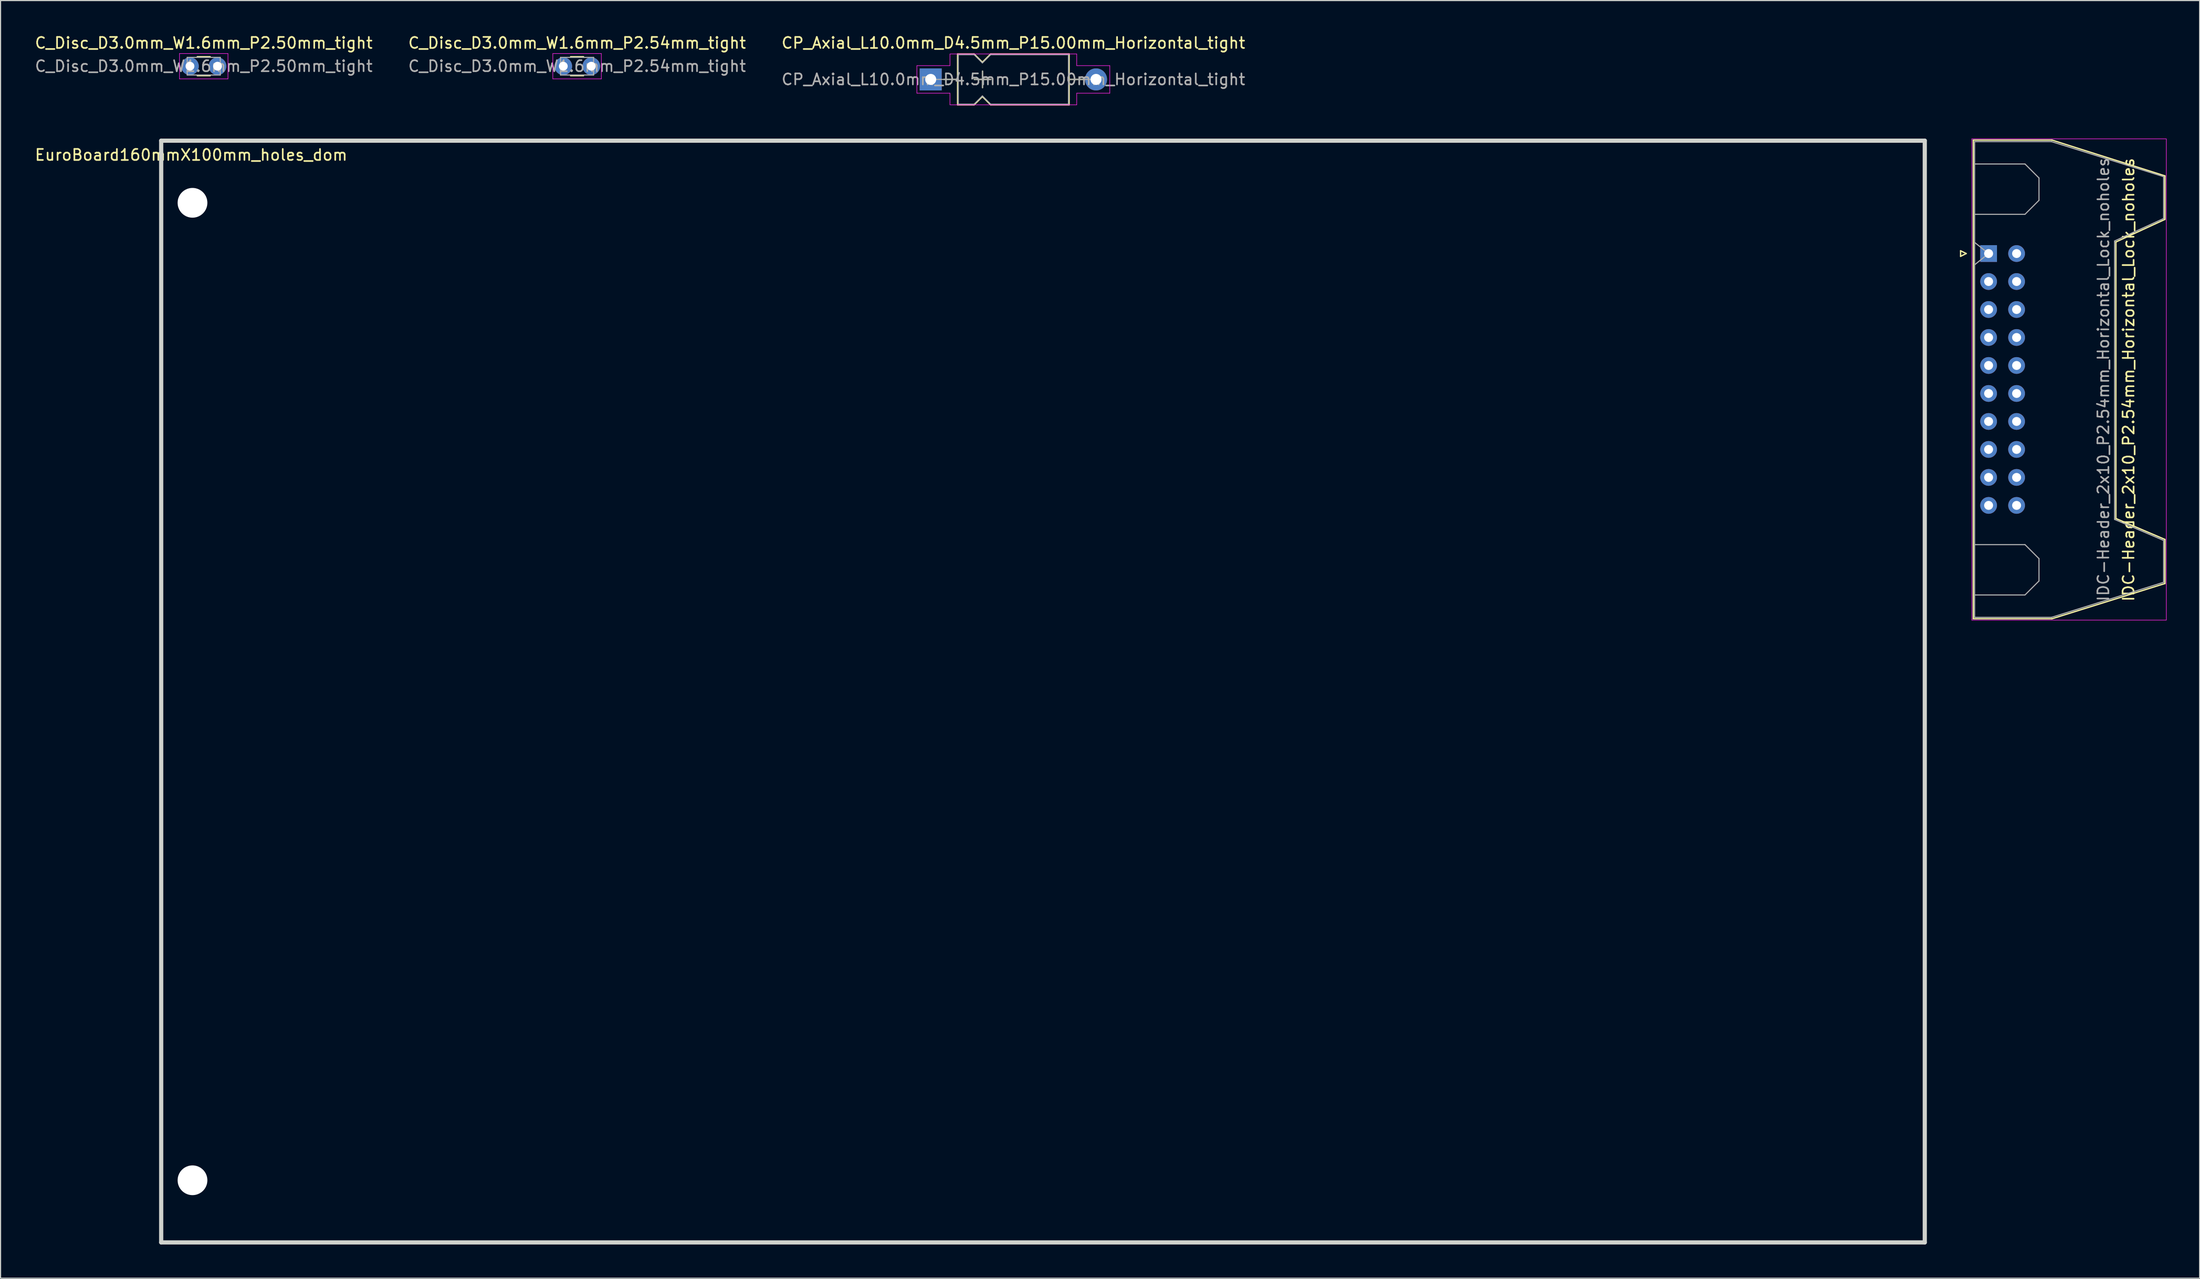
<source format=kicad_pcb>
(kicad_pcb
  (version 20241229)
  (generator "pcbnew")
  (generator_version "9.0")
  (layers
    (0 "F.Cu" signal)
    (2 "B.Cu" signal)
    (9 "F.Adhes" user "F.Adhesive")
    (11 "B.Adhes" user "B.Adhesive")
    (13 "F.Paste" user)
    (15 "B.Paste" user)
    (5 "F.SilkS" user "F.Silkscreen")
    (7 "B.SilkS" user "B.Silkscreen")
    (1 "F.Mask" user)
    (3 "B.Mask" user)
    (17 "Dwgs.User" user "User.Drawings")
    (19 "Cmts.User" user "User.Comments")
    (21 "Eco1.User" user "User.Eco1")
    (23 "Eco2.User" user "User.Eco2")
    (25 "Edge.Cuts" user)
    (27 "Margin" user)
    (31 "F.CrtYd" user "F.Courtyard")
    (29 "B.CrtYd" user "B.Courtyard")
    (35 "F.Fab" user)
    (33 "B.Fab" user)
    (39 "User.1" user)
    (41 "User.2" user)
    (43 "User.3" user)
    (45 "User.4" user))
  (footprint "C_Disc_D3.0mm_W1.6mm_P2.54mm_tight"
    (layer "F.Cu")
    (at 48.054 2.958)
    (property "Reference" "C_Disc_D3.0mm_W1.6mm_P2.54mm_tight" (at 1.25 -2.11 180) (layer "F.SilkS") (effects (font (size 1 1) (thickness 0.15))))
    (attr through_hole)
    (fp_line (start 0.663 -0.861) (end 1.837 -0.861) (stroke (width 0.12) (type solid)) (layer "F.SilkS"))
    (fp_line (start 0.663 0.861) (end 1.837 0.861) (stroke (width 0.12) (type solid)) (layer "F.SilkS"))
    (fp_line (start -0.95 -1.15) (end -0.95 1.15) (stroke (width 0.05) (type solid)) (layer "F.CrtYd"))
    (fp_line (start -0.95 1.15) (end 3.45 1.15) (stroke (width 0.05) (type solid)) (layer "F.CrtYd"))
    (fp_line (start 3.45 -1.15) (end -0.95 -1.15) (stroke (width 0.05) (type solid)) (layer "F.CrtYd"))
    (fp_line (start 3.45 1.15) (end 3.45 -1.15) (stroke (width 0.05) (type solid)) (layer "F.CrtYd"))
    (fp_line (start -0.25 -0.8) (end -0.25 0.8) (stroke (width 0.1) (type solid)) (layer "F.Fab"))
    (fp_line (start -0.25 0.8) (end 2.75 0.8) (stroke (width 0.1) (type solid)) (layer "F.Fab"))
    (fp_line (start 2.75 -0.8) (end -0.25 -0.8) (stroke (width 0.1) (type solid)) (layer "F.Fab"))
    (fp_line (start 2.75 0.8) (end 2.75 -0.8) (stroke (width 0.1) (type solid)) (layer "F.Fab"))
    (fp_text user "${REFERENCE}" (at 1.25 0 180) (layer "F.Fab") (effects (font (size 1 1) (thickness 0.15))))
    (pad "1" thru_hole circle (at 0 0) (size 1.6 1.6) (drill 0.8) (layers "*.Cu" "*.Mask"))
    (pad "2" thru_hole circle (at 2.54 0) (size 1.6 1.6) (drill 0.8) (layers "*.Cu" "*.Mask")))
  (footprint "C_Disc_D3.0mm_W1.6mm_P2.50mm_tight"
    (layer "F.Cu")
    (at 14.185 2.958)
    (property "Reference" "C_Disc_D3.0mm_W1.6mm_P2.50mm_tight" (at 1.25 -2.11 180) (layer "F.SilkS") (effects (font (size 1 1) (thickness 0.15))))
    (attr through_hole)
    (fp_line (start 0.663 -0.861) (end 1.837 -0.861) (stroke (width 0.12) (type solid)) (layer "F.SilkS"))
    (fp_line (start 0.663 0.861) (end 1.837 0.861) (stroke (width 0.12) (type solid)) (layer "F.SilkS"))
    (fp_line (start -0.95 -1.15) (end -0.95 1.15) (stroke (width 0.05) (type solid)) (layer "F.CrtYd"))
    (fp_line (start -0.95 1.15) (end 3.45 1.15) (stroke (width 0.05) (type solid)) (layer "F.CrtYd"))
    (fp_line (start 3.45 -1.15) (end -0.95 -1.15) (stroke (width 0.05) (type solid)) (layer "F.CrtYd"))
    (fp_line (start 3.45 1.15) (end 3.45 -1.15) (stroke (width 0.05) (type solid)) (layer "F.CrtYd"))
    (fp_line (start -0.25 -0.8) (end -0.25 0.8) (stroke (width 0.1) (type solid)) (layer "F.Fab"))
    (fp_line (start -0.25 0.8) (end 2.75 0.8) (stroke (width 0.1) (type solid)) (layer "F.Fab"))
    (fp_line (start 2.75 -0.8) (end -0.25 -0.8) (stroke (width 0.1) (type solid)) (layer "F.Fab"))
    (fp_line (start 2.75 0.8) (end 2.75 -0.8) (stroke (width 0.1) (type solid)) (layer "F.Fab"))
    (fp_text user "${REFERENCE}" (at 1.25 0 180) (layer "F.Fab") (effects (font (size 1 1) (thickness 0.15))))
    (pad "1" thru_hole circle (at 0 0) (size 1.6 1.6) (drill 0.8) (layers "*.Cu" "*.Mask"))
    (pad "2" thru_hole circle (at 2.5 0) (size 1.6 1.6) (drill 0.8) (layers "*.Cu" "*.Mask")))
  (footprint "EuroBoard160mmX100mm_holes_dom"
    (layer "F.Cu")
    (at 11.574 109.718)
    (property "Reference" "EuroBoard160mmX100mm_holes_dom" (at 2.718 -98.704 0) (layer "F.SilkS") (effects (font (size 1 1) (thickness 0.15))))
    (attr through_hole)
    (fp_line (start 0 -100) (end 0 0) (stroke (width 0.38) (type solid)) (layer "Edge.Cuts"))
    (fp_line (start 0 0) (end 160 0) (stroke (width 0.38) (type solid)) (layer "Edge.Cuts"))
    (fp_line (start 160 -100) (end 0 -100) (stroke (width 0.38) (type solid)) (layer "Edge.Cuts"))
    (fp_line (start 160 0) (end 160 -100) (stroke (width 0.38) (type solid)) (layer "Edge.Cuts"))
    (pad "" np_thru_hole circle (at 2.84 -94.36) (size 2.7 2.7) (drill 2.7) (layers "*.Cu" "*.Mask"))
    (pad "" np_thru_hole circle (at 2.84 -5.64) (size 2.7 2.7) (drill 2.7) (layers "*.Cu" "*.Mask")))
  (footprint "IDC-Header_2x10_P2.54mm_Horizontal_Lock_noholes"
    (layer "F.Cu")
    (at 177.364 19.963)
    (property "Reference" "IDC-Header_2x10_P2.54mm_Horizontal_Lock_noholes" (at 12.7 11.45 270) (layer "F.SilkS") (effects (font (size 1 1) (thickness 0.15))))
    (attr through_hole)
    (fp_line (start -2.54 -0.254) (end -2.54 0.254) (stroke (width 0.12) (type solid)) (layer "F.SilkS"))
    (fp_line (start -2.54 0.254) (end -2.032 0) (stroke (width 0.12) (type solid)) (layer "F.SilkS"))
    (fp_line (start -2.032 0) (end -2.54 -0.254) (stroke (width 0.12) (type solid)) (layer "F.SilkS"))
    (fp_line (start -1.4 33.15) (end 5.75 33.15) (stroke (width 0.12) (type solid)) (layer "F.SilkS"))
    (fp_line (start -1.39 33.14) (end -1.39 -10.28) (stroke (width 0.12) (type solid)) (layer "F.SilkS"))
    (fp_line (start 5.75 -10.3) (end -1.4 -10.3) (stroke (width 0.12) (type solid)) (layer "F.SilkS"))
    (fp_line (start 5.75 33.15) (end 16 29.95) (stroke (width 0.12) (type solid)) (layer "F.SilkS"))
    (fp_line (start 11.55 -1.05) (end 16 -3.1) (stroke (width 0.12) (type solid)) (layer "F.SilkS"))
    (fp_line (start 11.55 24.05) (end 11.55 -1.05) (stroke (width 0.12) (type solid)) (layer "F.SilkS"))
    (fp_line (start 16 -7.05) (end 5.75 -10.3) (stroke (width 0.12) (type solid)) (layer "F.SilkS"))
    (fp_line (start 16 -3.1) (end 16 -7.05) (stroke (width 0.12) (type solid)) (layer "F.SilkS"))
    (fp_line (start 16 25.95) (end 11.55 24.05) (stroke (width 0.12) (type solid)) (layer "F.SilkS"))
    (fp_line (start 16 29.95) (end 16 25.95) (stroke (width 0.12) (type solid)) (layer "F.SilkS"))
    (fp_line (start -1.52 33.27) (end -1.52 -10.41) (stroke (width 0.05) (type solid)) (layer "F.CrtYd"))
    (fp_line (start -1.52 33.27) (end 16.12 33.27) (stroke (width 0.05) (type solid)) (layer "F.CrtYd"))
    (fp_line (start 16.12 -10.41) (end -1.52 -10.41) (stroke (width 0.05) (type solid)) (layer "F.CrtYd"))
    (fp_line (start 16.12 -10.41) (end 16.12 33.27) (stroke (width 0.05) (type solid)) (layer "F.CrtYd"))
    (fp_line (start -1.27 -10.16) (end 5.71 -10.16) (stroke (width 0.1) (type solid)) (layer "F.Fab"))
    (fp_line (start -1.27 -8.13) (end 3.3 -8.13) (stroke (width 0.1) (type solid)) (layer "F.Fab"))
    (fp_line (start -1.27 26.42) (end 3.3 26.42) (stroke (width 0.1) (type solid)) (layer "F.Fab"))
    (fp_line (start -1.27 33.02) (end -1.27 -10.16) (stroke (width 0.1) (type solid)) (layer "F.Fab"))
    (fp_line (start -1.27 33.02) (end 5.71 33.02) (stroke (width 0.1) (type solid)) (layer "F.Fab"))
    (fp_line (start -1.268 -1.01) (end 0 0) (stroke (width 0.1) (type solid)) (layer "F.Fab"))
    (fp_line (start 0 0) (end -1.268 1.02) (stroke (width 0.1) (type solid)) (layer "F.Fab"))
    (fp_line (start 3.3 -8.13) (end 4.57 -6.86) (stroke (width 0.1) (type solid)) (layer "F.Fab"))
    (fp_line (start 3.3 -3.56) (end -1.27 -3.56) (stroke (width 0.1) (type solid)) (layer "F.Fab"))
    (fp_line (start 3.3 26.42) (end 4.57 27.69) (stroke (width 0.1) (type solid)) (layer "F.Fab"))
    (fp_line (start 3.3 30.99) (end -1.27 30.99) (stroke (width 0.1) (type solid)) (layer "F.Fab"))
    (fp_line (start 4.57 -6.86) (end 4.57 -4.83) (stroke (width 0.1) (type solid)) (layer "F.Fab"))
    (fp_line (start 4.57 -4.83) (end 3.3 -3.56) (stroke (width 0.1) (type solid)) (layer "F.Fab"))
    (fp_line (start 4.57 27.69) (end 4.57 29.72) (stroke (width 0.1) (type solid)) (layer "F.Fab"))
    (fp_line (start 4.57 29.72) (end 3.3 30.99) (stroke (width 0.1) (type solid)) (layer "F.Fab"))
    (fp_line (start 5.71 -10.16) (end 15.88 -6.98) (stroke (width 0.1) (type solid)) (layer "F.Fab"))
    (fp_line (start 5.71 33.02) (end 15.88 29.84) (stroke (width 0.1) (type solid)) (layer "F.Fab"))
    (fp_line (start 11.43 24.13) (end 11.43 -1.14) (stroke (width 0.1) (type solid)) (layer "F.Fab"))
    (fp_line (start 15.88 -6.98) (end 15.88 -3.18) (stroke (width 0.1) (type solid)) (layer "F.Fab"))
    (fp_line (start 15.88 -3.18) (end 11.43 -1.14) (stroke (width 0.1) (type solid)) (layer "F.Fab"))
    (fp_line (start 15.88 26.04) (end 11.43 24.13) (stroke (width 0.1) (type solid)) (layer "F.Fab"))
    (fp_line (start 15.88 29.84) (end 15.88 26.04) (stroke (width 0.1) (type solid)) (layer "F.Fab"))
    (fp_text user "${REFERENCE}" (at 10.414 11.43 270) (layer "F.Fab") (effects (font (size 1 1) (thickness 0.15))))
    (pad "1" thru_hole rect (at 0 0 90) (size 1.52 1.52) (drill 0.81) (layers "*.Cu" "*.Mask"))
    (pad "2" thru_hole circle (at 2.54 0 90) (size 1.52 1.52) (drill 0.81) (layers "*.Cu" "*.Mask"))
    (pad "3" thru_hole circle (at 0 2.54 90) (size 1.52 1.52) (drill 0.81) (layers "*.Cu" "*.Mask"))
    (pad "4" thru_hole circle (at 2.54 2.54 90) (size 1.52 1.52) (drill 0.81) (layers "*.Cu" "*.Mask"))
    (pad "5" thru_hole circle (at 0 5.08 90) (size 1.52 1.52) (drill 0.81) (layers "*.Cu" "*.Mask"))
    (pad "6" thru_hole circle (at 2.54 5.08 90) (size 1.52 1.52) (drill 0.81) (layers "*.Cu" "*.Mask"))
    (pad "7" thru_hole circle (at 0 7.62 90) (size 1.52 1.52) (drill 0.81) (layers "*.Cu" "*.Mask"))
    (pad "8" thru_hole circle (at 2.54 7.62 90) (size 1.52 1.52) (drill 0.81) (layers "*.Cu" "*.Mask"))
    (pad "9" thru_hole circle (at 0 10.16 90) (size 1.52 1.52) (drill 0.81) (layers "*.Cu" "*.Mask"))
    (pad "10" thru_hole circle (at 2.54 10.16 90) (size 1.52 1.52) (drill 0.81) (layers "*.Cu" "*.Mask"))
    (pad "11" thru_hole circle (at 0 12.7 90) (size 1.52 1.52) (drill 0.81) (layers "*.Cu" "*.Mask"))
    (pad "12" thru_hole circle (at 2.54 12.7 90) (size 1.52 1.52) (drill 0.81) (layers "*.Cu" "*.Mask"))
    (pad "13" thru_hole circle (at 0 15.24 90) (size 1.52 1.52) (drill 0.81) (layers "*.Cu" "*.Mask"))
    (pad "14" thru_hole circle (at 2.54 15.24 90) (size 1.52 1.52) (drill 0.81) (layers "*.Cu" "*.Mask"))
    (pad "15" thru_hole circle (at 0 17.78 90) (size 1.52 1.52) (drill 0.81) (layers "*.Cu" "*.Mask"))
    (pad "16" thru_hole circle (at 2.54 17.78 90) (size 1.52 1.52) (drill 0.81) (layers "*.Cu" "*.Mask"))
    (pad "17" thru_hole circle (at 0 20.32 90) (size 1.52 1.52) (drill 0.81) (layers "*.Cu" "*.Mask"))
    (pad "18" thru_hole circle (at 2.54 20.32 90) (size 1.52 1.52) (drill 0.81) (layers "*.Cu" "*.Mask"))
    (pad "19" thru_hole circle (at 0 22.86 90) (size 1.52 1.52) (drill 0.81) (layers "*.Cu" "*.Mask"))
    (pad "20" thru_hole circle (at 2.54 22.86 90) (size 1.52 1.52) (drill 0.81) (layers "*.Cu" "*.Mask")))
  (footprint "CP_Axial_L10.0mm_D4.5mm_P15.00mm_Horizontal_tight"
    (layer "F.Cu")
    (at 81.387 4.158)
    (property "Reference" "CP_Axial_L10.0mm_D4.5mm_P15.00mm_Horizontal_tight" (at 7.5 -3.31 180) (layer "F.SilkS") (effects (font (size 1 1) (thickness 0.15))))
    (attr through_hole)
    (fp_line (start 1.18 0) (end 2.44 0) (stroke (width 0.12) (type solid)) (layer "F.SilkS"))
    (fp_line (start 2.44 -2.31) (end 2.44 2.31) (stroke (width 0.12) (type solid)) (layer "F.SilkS"))
    (fp_line (start 2.44 -2.31) (end 3.94 -2.31) (stroke (width 0.12) (type solid)) (layer "F.SilkS"))
    (fp_line (start 2.44 2.31) (end 3.94 2.31) (stroke (width 0.12) (type solid)) (layer "F.SilkS"))
    (fp_line (start 3.94 -2.31) (end 4.69 -1.56) (stroke (width 0.12) (type solid)) (layer "F.SilkS"))
    (fp_line (start 3.94 2.31) (end 4.69 1.56) (stroke (width 0.12) (type solid)) (layer "F.SilkS"))
    (fp_line (start 3.95 0) (end 5.45 0) (stroke (width 0.12) (type solid)) (layer "F.SilkS"))
    (fp_line (start 4.69 -1.56) (end 5.44 -2.31) (stroke (width 0.12) (type solid)) (layer "F.SilkS"))
    (fp_line (start 4.69 1.56) (end 5.44 2.31) (stroke (width 0.12) (type solid)) (layer "F.SilkS"))
    (fp_line (start 4.7 -0.75) (end 4.7 0.75) (stroke (width 0.12) (type solid)) (layer "F.SilkS"))
    (fp_line (start 5.44 -2.31) (end 12.56 -2.31) (stroke (width 0.12) (type solid)) (layer "F.SilkS"))
    (fp_line (start 5.44 2.31) (end 12.56 2.31) (stroke (width 0.12) (type solid)) (layer "F.SilkS"))
    (fp_line (start 12.56 -2.31) (end 12.56 2.31) (stroke (width 0.12) (type solid)) (layer "F.SilkS"))
    (fp_line (start 13.82 0) (end 12.56 0) (stroke (width 0.12) (type solid)) (layer "F.SilkS"))
    (fp_line (start -1.25 -1.25) (end -1.25 1.25) (stroke (width 0.05) (type solid)) (layer "F.CrtYd"))
    (fp_line (start -1.25 -1.25) (end 1.75 -1.25) (stroke (width 0.05) (type solid)) (layer "F.CrtYd"))
    (fp_line (start -1.25 1.25) (end 1.75 1.25) (stroke (width 0.05) (type solid)) (layer "F.CrtYd"))
    (fp_line (start 1.75 -2.31) (end 1.75 -1.25) (stroke (width 0.05) (type solid)) (layer "F.CrtYd"))
    (fp_line (start 1.75 1.25) (end 1.75 2.31) (stroke (width 0.05) (type solid)) (layer "F.CrtYd"))
    (fp_line (start 1.75 2.31) (end 13.25 2.31) (stroke (width 0.05) (type solid)) (layer "F.CrtYd"))
    (fp_line (start 13.25 -2.31) (end 1.75 -2.31) (stroke (width 0.05) (type solid)) (layer "F.CrtYd"))
    (fp_line (start 13.25 -1.25) (end 13.25 -2.31) (stroke (width 0.05) (type solid)) (layer "F.CrtYd"))
    (fp_line (start 13.25 1.25) (end 16.25 1.25) (stroke (width 0.05) (type solid)) (layer "F.CrtYd"))
    (fp_line (start 13.25 2.31) (end 13.25 1.25) (stroke (width 0.05) (type solid)) (layer "F.CrtYd"))
    (fp_line (start 16.25 -1.25) (end 13.25 -1.25) (stroke (width 0.05) (type solid)) (layer "F.CrtYd"))
    (fp_line (start 16.25 1.25) (end 16.25 -1.25) (stroke (width 0.05) (type solid)) (layer "F.CrtYd"))
    (fp_line (start 0 0) (end 2.5 0) (stroke (width 0.1) (type solid)) (layer "F.Fab"))
    (fp_line (start 2.5 -2.25) (end 2.5 2.25) (stroke (width 0.1) (type solid)) (layer "F.Fab"))
    (fp_line (start 2.5 -2.25) (end 3.94 -2.25) (stroke (width 0.1) (type solid)) (layer "F.Fab"))
    (fp_line (start 2.5 2.25) (end 3.94 2.25) (stroke (width 0.1) (type solid)) (layer "F.Fab"))
    (fp_line (start 3.94 -2.25) (end 4.69 -1.5) (stroke (width 0.1) (type solid)) (layer "F.Fab"))
    (fp_line (start 3.94 2.25) (end 4.69 1.5) (stroke (width 0.1) (type solid)) (layer "F.Fab"))
    (fp_line (start 3.95 0) (end 5.45 0) (stroke (width 0.1) (type solid)) (layer "F.Fab"))
    (fp_line (start 4.69 -1.5) (end 5.44 -2.25) (stroke (width 0.1) (type solid)) (layer "F.Fab"))
    (fp_line (start 4.69 1.5) (end 5.44 2.25) (stroke (width 0.1) (type solid)) (layer "F.Fab"))
    (fp_line (start 4.7 -0.75) (end 4.7 0.75) (stroke (width 0.1) (type solid)) (layer "F.Fab"))
    (fp_line (start 5.44 -2.25) (end 12.5 -2.25) (stroke (width 0.1) (type solid)) (layer "F.Fab"))
    (fp_line (start 5.44 2.25) (end 12.5 2.25) (stroke (width 0.1) (type solid)) (layer "F.Fab"))
    (fp_line (start 12.5 -2.25) (end 12.5 2.25) (stroke (width 0.1) (type solid)) (layer "F.Fab"))
    (fp_line (start 15 0) (end 12.5 0) (stroke (width 0.1) (type solid)) (layer "F.Fab"))
    (fp_text user "${REFERENCE}" (at 7.5 0 180) (layer "F.Fab") (effects (font (size 1 1) (thickness 0.15))))
    (pad "1" thru_hole rect (at 0 0) (size 2 2) (drill 1) (layers "*.Cu" "*.Mask"))
    (pad "2" thru_hole oval (at 15 0) (size 2 2) (drill 1) (layers "*.Cu" "*.Mask")))
  (gr_rect
    (start -3 -3)
    (end 196.509 112.968)
    (stroke (width 0.1) (type default))
    (fill no)
    (layer "Edge.Cuts")))
</source>
